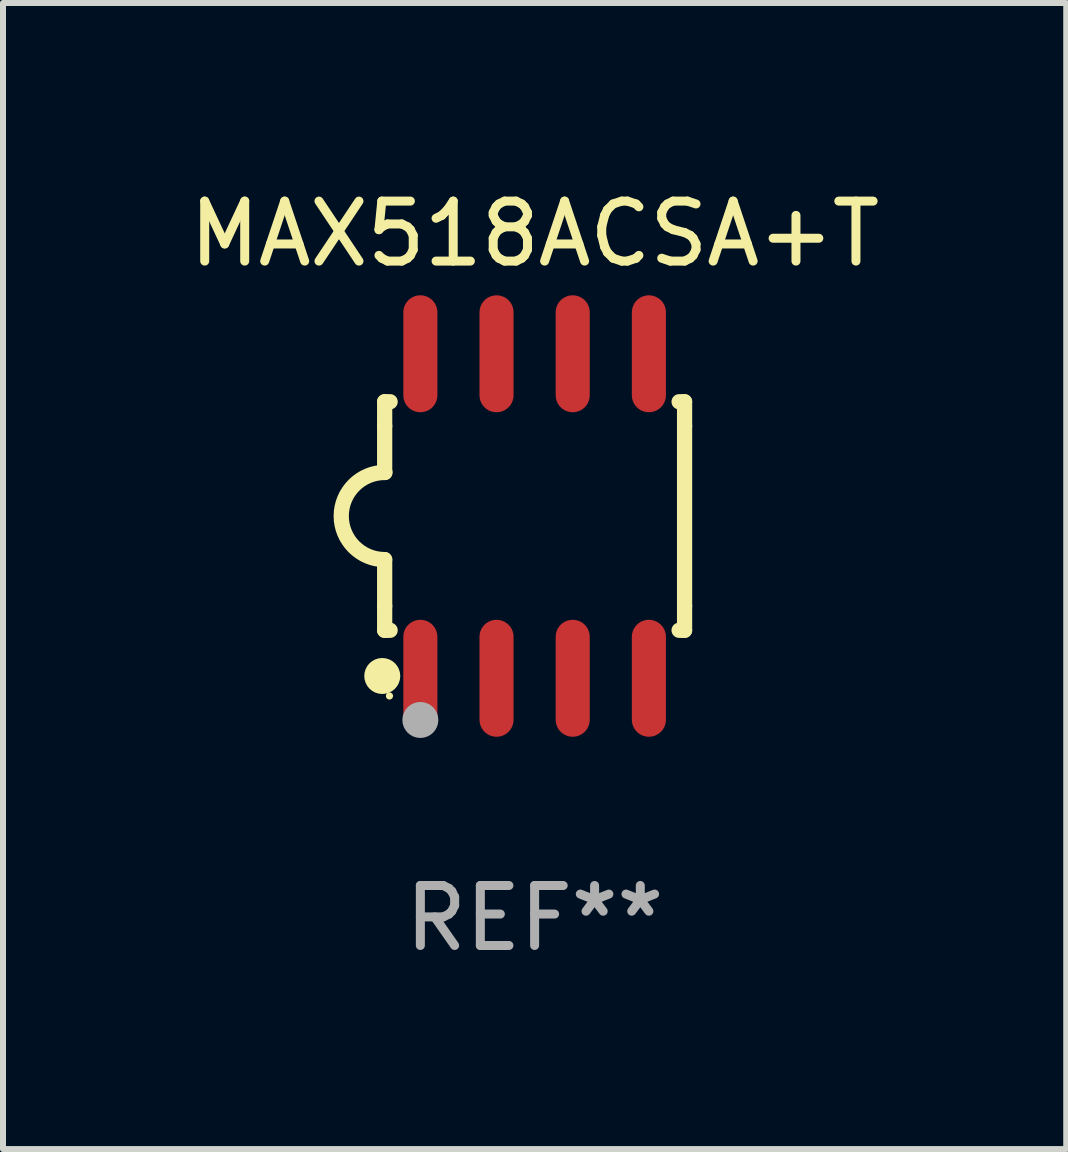
<source format=kicad_pcb>
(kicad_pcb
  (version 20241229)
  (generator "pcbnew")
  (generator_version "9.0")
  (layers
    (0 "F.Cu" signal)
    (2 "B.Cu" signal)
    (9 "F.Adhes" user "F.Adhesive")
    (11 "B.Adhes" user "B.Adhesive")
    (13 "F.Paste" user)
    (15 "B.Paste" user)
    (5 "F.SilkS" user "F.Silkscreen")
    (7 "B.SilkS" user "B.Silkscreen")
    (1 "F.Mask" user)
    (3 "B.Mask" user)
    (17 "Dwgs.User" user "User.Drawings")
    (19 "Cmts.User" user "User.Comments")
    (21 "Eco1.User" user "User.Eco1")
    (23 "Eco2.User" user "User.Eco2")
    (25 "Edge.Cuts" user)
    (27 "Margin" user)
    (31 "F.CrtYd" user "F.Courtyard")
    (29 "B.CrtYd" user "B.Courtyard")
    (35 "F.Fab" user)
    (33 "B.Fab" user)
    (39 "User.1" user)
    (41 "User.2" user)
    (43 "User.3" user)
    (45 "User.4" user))
  (footprint "MAX518ACSA+T"
    (layer "F.Cu")
    (at 5.863 5.553)
    (property "Reference" "MAX518ACSA+T" (at 0 -4.705 0) (layer "F.SilkS") (effects (font (size 1 1) (thickness 0.15))))
    (attr through_hole)
    (fp_line (start -2.5 -1.905) (end -2.409 -1.905) (stroke (width 0.254) (type solid)) (layer "F.SilkS"))
    (fp_line (start -2.5 -1.5) (end -2.5 -1.905) (stroke (width 0.254) (type solid)) (layer "F.SilkS"))
    (fp_line (start -2.5 -1.5) (end -2.5 -0.726) (stroke (width 0.254) (type solid)) (layer "F.SilkS"))
    (fp_line (start -2.5 1.5) (end -2.5 0.727) (stroke (width 0.254) (type solid)) (layer "F.SilkS"))
    (fp_line (start -2.5 1.5) (end -2.5 1.905) (stroke (width 0.254) (type solid)) (layer "F.SilkS"))
    (fp_line (start -2.5 1.905) (end -2.409 1.905) (stroke (width 0.254) (type solid)) (layer "F.SilkS"))
    (fp_line (start 2.5 -1.905) (end 2.409 -1.905) (stroke (width 0.254) (type solid)) (layer "F.SilkS"))
    (fp_line (start 2.5 -1.5) (end 2.5 -1.905) (stroke (width 0.254) (type solid)) (layer "F.SilkS"))
    (fp_line (start 2.5 -1.5) (end 2.5 1.5) (stroke (width 0.254) (type solid)) (layer "F.SilkS"))
    (fp_line (start 2.5 1.5) (end 2.5 1.905) (stroke (width 0.254) (type solid)) (layer "F.SilkS"))
    (fp_line (start 2.5 1.905) (end 2.409 1.905) (stroke (width 0.254) (type solid)) (layer "F.SilkS"))
    (fp_arc (start -2.5 0.726568) (mid -3.220316 -0.0023) (end -2.495097 -0.726289) (stroke (width 0.254001) (type solid)) (layer "F.SilkS"))
    (fp_circle (center -2.54 2.667) (end -2.39 2.667) (stroke (width 0.3) (type solid)) (fill no) (layer "F.SilkS"))
    (fp_circle (center -2.42 3) (end -2.39 3) (stroke (width 0.06) (type solid)) (fill no) (layer "F.SilkS"))
    (fp_circle (center -1.905 3.4) (end -1.755 3.4) (stroke (width 0.3) (type solid)) (fill no) (layer "F.Fab"))
    (fp_text user "REF**" (at 0 6.705 0) (layer "F.Fab") (effects (font (size 1 1) (thickness 0.15))))
    (pad "1" smd oval (at -1.905 2.705) (size 0.568 1.95) (layers "F.Cu" "F.Mask" "F.Paste"))
    (pad "2" smd oval (at -0.635 2.705) (size 0.568 1.95) (layers "F.Cu" "F.Mask" "F.Paste"))
    (pad "3" smd oval (at 0.635 2.705) (size 0.568 1.95) (layers "F.Cu" "F.Mask" "F.Paste"))
    (pad "4" smd oval (at 1.905 2.705) (size 0.568 1.95) (layers "F.Cu" "F.Mask" "F.Paste"))
    (pad "5" smd oval (at 1.905 -2.705) (size 0.568 1.95) (layers "F.Cu" "F.Mask" "F.Paste"))
    (pad "6" smd oval (at 0.635 -2.705) (size 0.568 1.95) (layers "F.Cu" "F.Mask" "F.Paste"))
    (pad "7" smd oval (at -0.635 -2.705) (size 0.568 1.95) (layers "F.Cu" "F.Mask" "F.Paste"))
    (pad "8" smd oval (at -1.905 -2.705) (size 0.568 1.95) (layers "F.Cu" "F.Mask" "F.Paste")))
  (gr_rect
    (start -3 -3)
    (end 14.726 16.107)
    (stroke (width 0.1) (type default))
    (fill no)
    (layer "Edge.Cuts")))
</source>
